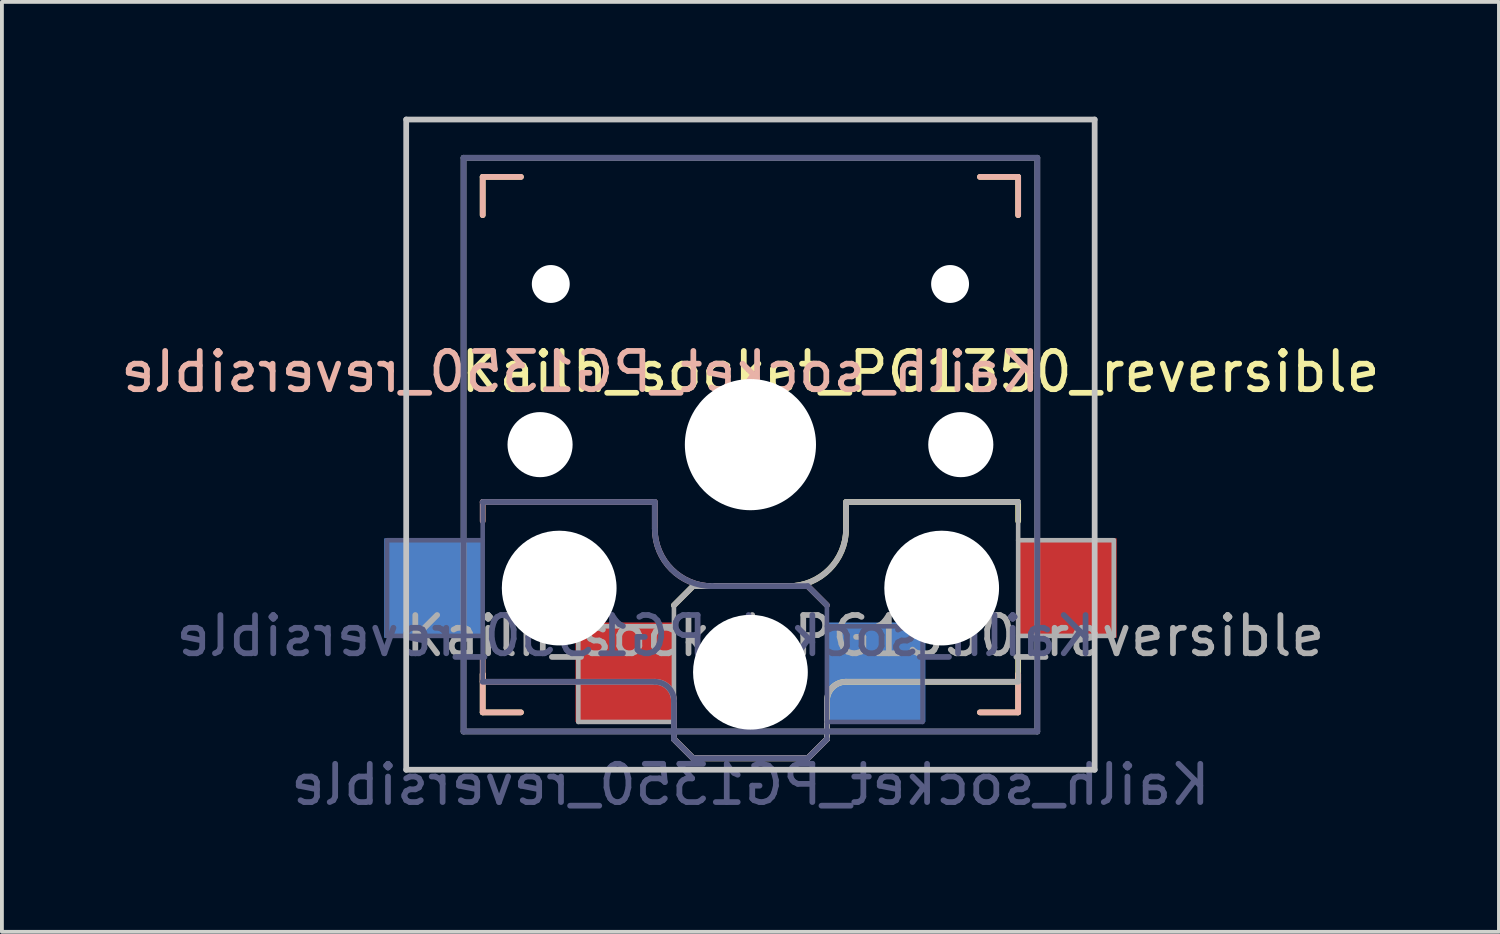
<source format=kicad_pcb>
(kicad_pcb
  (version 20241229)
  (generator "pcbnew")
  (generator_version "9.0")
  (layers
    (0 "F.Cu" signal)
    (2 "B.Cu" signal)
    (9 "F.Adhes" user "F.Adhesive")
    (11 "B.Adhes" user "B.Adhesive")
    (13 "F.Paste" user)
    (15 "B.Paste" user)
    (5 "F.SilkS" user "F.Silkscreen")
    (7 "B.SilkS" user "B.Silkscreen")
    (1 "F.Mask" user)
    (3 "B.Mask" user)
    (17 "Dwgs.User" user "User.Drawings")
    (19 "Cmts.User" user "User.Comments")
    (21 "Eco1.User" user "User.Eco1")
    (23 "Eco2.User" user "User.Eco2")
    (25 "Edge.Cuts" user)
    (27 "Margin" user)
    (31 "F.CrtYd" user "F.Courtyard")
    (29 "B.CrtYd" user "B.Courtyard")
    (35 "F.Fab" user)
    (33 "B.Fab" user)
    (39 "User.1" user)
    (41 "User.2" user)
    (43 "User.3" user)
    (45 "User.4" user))
  (footprint "Kailh_socket_PG1350_reversible"
    (layer "F.Cu")
    (at 16.57 8.575)
    (property "Reference" "Kailh_socket_PG1350_reversible" (at 4.445 -1.905 0) (layer "F.SilkS") (effects (font (size 1 1) (thickness 0.15))))
    (property "Value" "Kailh_socket_PG1350_reversible" (at 0 8.89 0) (layer "F.Fab") (hide yes) (effects (font (size 1 1) (thickness 0.15))))
    (attr smd)
    (fp_line (start -7 -7) (end -6 -7) (stroke (width 0.15) (type solid)) (layer "F.SilkS"))
    (fp_line (start -7 -6) (end -7 -7) (stroke (width 0.15) (type solid)) (layer "F.SilkS"))
    (fp_line (start -7 7) (end -7 6) (stroke (width 0.15) (type solid)) (layer "F.SilkS"))
    (fp_line (start -6 7) (end -7 7) (stroke (width 0.15) (type solid)) (layer "F.SilkS"))
    (fp_line (start -2 4.2) (end -1.5 3.7) (stroke (width 0.15) (type solid)) (layer "F.SilkS"))
    (fp_line (start -2 7.7) (end -1.5 8.2) (stroke (width 0.15) (type solid)) (layer "F.SilkS"))
    (fp_line (start -1.5 3.7) (end 1 3.7) (stroke (width 0.15) (type solid)) (layer "F.SilkS"))
    (fp_line (start -1.5 8.2) (end 1.5 8.2) (stroke (width 0.15) (type solid)) (layer "F.SilkS"))
    (fp_line (start 1.5 8.2) (end 2 7.7) (stroke (width 0.15) (type solid)) (layer "F.SilkS"))
    (fp_line (start 2 6.7) (end 2 7.7) (stroke (width 0.15) (type solid)) (layer "F.SilkS"))
    (fp_line (start 2.5 1.5) (end 7 1.5) (stroke (width 0.15) (type solid)) (layer "F.SilkS"))
    (fp_line (start 2.5 2.2) (end 2.5 1.5) (stroke (width 0.15) (type solid)) (layer "F.SilkS"))
    (fp_line (start 6 -7) (end 7 -7) (stroke (width 0.15) (type solid)) (layer "F.SilkS"))
    (fp_line (start 7 -7) (end 7 -6) (stroke (width 0.15) (type solid)) (layer "F.SilkS"))
    (fp_line (start 7 1.5) (end 7 2) (stroke (width 0.15) (type solid)) (layer "F.SilkS"))
    (fp_line (start 7 5.6) (end 7 6.2) (stroke (width 0.15) (type solid)) (layer "F.SilkS"))
    (fp_line (start 7 6) (end 7 7) (stroke (width 0.15) (type solid)) (layer "F.SilkS"))
    (fp_line (start 7 6.2) (end 2.5 6.2) (stroke (width 0.15) (type solid)) (layer "F.SilkS"))
    (fp_line (start 7 7) (end 6 7) (stroke (width 0.15) (type solid)) (layer "F.SilkS"))
    (fp_arc (start 2 6.7) (mid 2.146447 6.346447) (end 2.5 6.2) (stroke (width 0.15) (type solid)) (layer "F.SilkS"))
    (fp_arc (start 2.5 2.2) (mid 2.06066 3.26066) (end 1 3.7) (stroke (width 0.15) (type solid)) (layer "F.SilkS"))
    (fp_line (start -7 -7) (end -6 -7) (stroke (width 0.15) (type solid)) (layer "B.SilkS"))
    (fp_line (start -7 -6) (end -7 -7) (stroke (width 0.15) (type solid)) (layer "B.SilkS"))
    (fp_line (start -7 1.5) (end -7 2) (stroke (width 0.15) (type solid)) (layer "B.SilkS"))
    (fp_line (start -7 5.6) (end -7 6.2) (stroke (width 0.15) (type solid)) (layer "B.SilkS"))
    (fp_line (start -7 6.2) (end -2.5 6.2) (stroke (width 0.15) (type solid)) (layer "B.SilkS"))
    (fp_line (start -7 7) (end -7 6) (stroke (width 0.15) (type solid)) (layer "B.SilkS"))
    (fp_line (start -6 7) (end -7 7) (stroke (width 0.15) (type solid)) (layer "B.SilkS"))
    (fp_line (start -2.5 1.5) (end -7 1.5) (stroke (width 0.15) (type solid)) (layer "B.SilkS"))
    (fp_line (start -2.5 2.2) (end -2.5 1.5) (stroke (width 0.15) (type solid)) (layer "B.SilkS"))
    (fp_line (start -2 6.7) (end -2 7.7) (stroke (width 0.15) (type solid)) (layer "B.SilkS"))
    (fp_line (start -1.5 8.2) (end -2 7.7) (stroke (width 0.15) (type solid)) (layer "B.SilkS"))
    (fp_line (start 1.5 3.7) (end -1 3.7) (stroke (width 0.15) (type solid)) (layer "B.SilkS"))
    (fp_line (start 1.5 8.2) (end -1.5 8.2) (stroke (width 0.15) (type solid)) (layer "B.SilkS"))
    (fp_line (start 2 4.2) (end 1.5 3.7) (stroke (width 0.15) (type solid)) (layer "B.SilkS"))
    (fp_line (start 2 7.7) (end 1.5 8.2) (stroke (width 0.15) (type solid)) (layer "B.SilkS"))
    (fp_line (start 6 -7) (end 7 -7) (stroke (width 0.15) (type solid)) (layer "B.SilkS"))
    (fp_line (start 7 -7) (end 7 -6) (stroke (width 0.15) (type solid)) (layer "B.SilkS"))
    (fp_line (start 7 6) (end 7 7) (stroke (width 0.15) (type solid)) (layer "B.SilkS"))
    (fp_line (start 7 7) (end 6 7) (stroke (width 0.15) (type solid)) (layer "B.SilkS"))
    (fp_arc (start -2.5 6.2) (mid -2.146447 6.346447) (end -2 6.7) (stroke (width 0.15) (type solid)) (layer "B.SilkS"))
    (fp_arc (start -1 3.7) (mid -2.06066 3.26066) (end -2.5 2.2) (stroke (width 0.15) (type solid)) (layer "B.SilkS"))
    (fp_line (start -9 -8.5) (end 9 -8.5) (stroke (width 0.15) (type solid)) (layer "Dwgs.User"))
    (fp_line (start -9 8.5) (end -9 -8.5) (stroke (width 0.15) (type solid)) (layer "Dwgs.User"))
    (fp_line (start 9 -8.5) (end 9 8.5) (stroke (width 0.15) (type solid)) (layer "Dwgs.User"))
    (fp_line (start 9 8.5) (end -9 8.5) (stroke (width 0.15) (type solid)) (layer "Dwgs.User"))
    (fp_line (start -6.9 6.9) (end -6.9 -6.9) (stroke (width 0.15) (type solid)) (layer "Eco2.User"))
    (fp_line (start -6.9 6.9) (end 6.9 6.9) (stroke (width 0.15) (type solid)) (layer "Eco2.User"))
    (fp_line (start -2.6 -3.1) (end -2.6 -6.3) (stroke (width 0.15) (type solid)) (layer "Eco2.User"))
    (fp_line (start -2.6 -3.1) (end 2.6 -3.1) (stroke (width 0.15) (type solid)) (layer "Eco2.User"))
    (fp_line (start 2.6 -6.3) (end -2.6 -6.3) (stroke (width 0.15) (type solid)) (layer "Eco2.User"))
    (fp_line (start 2.6 -3.1) (end 2.6 -6.3) (stroke (width 0.15) (type solid)) (layer "Eco2.User"))
    (fp_line (start 6.9 -6.9) (end -6.9 -6.9) (stroke (width 0.15) (type solid)) (layer "Eco2.User"))
    (fp_line (start 6.9 -6.9) (end 6.9 6.9) (stroke (width 0.15) (type solid)) (layer "Eco2.User"))
    (fp_line (start -9.5 2.5) (end -7 2.5) (stroke (width 0.12) (type solid)) (layer "B.Fab"))
    (fp_line (start -9.5 5) (end -9.5 2.5) (stroke (width 0.12) (type solid)) (layer "B.Fab"))
    (fp_line (start -7.5 -7.5) (end 7.5 -7.5) (stroke (width 0.15) (type solid)) (layer "B.Fab"))
    (fp_line (start -7.5 7.5) (end -7.5 -7.5) (stroke (width 0.15) (type solid)) (layer "B.Fab"))
    (fp_line (start -7 1.5) (end -7 6.2) (stroke (width 0.12) (type solid)) (layer "B.Fab"))
    (fp_line (start -7 5) (end -9.5 5) (stroke (width 0.12) (type solid)) (layer "B.Fab"))
    (fp_line (start -7 6.2) (end -2.5 6.2) (stroke (width 0.15) (type solid)) (layer "B.Fab"))
    (fp_line (start -2.5 1.5) (end -7 1.5) (stroke (width 0.15) (type solid)) (layer "B.Fab"))
    (fp_line (start -2.5 2.2) (end -2.5 1.5) (stroke (width 0.15) (type solid)) (layer "B.Fab"))
    (fp_line (start -2 6.7) (end -2 7.7) (stroke (width 0.15) (type solid)) (layer "B.Fab"))
    (fp_line (start -1.5 8.2) (end -2 7.7) (stroke (width 0.15) (type solid)) (layer "B.Fab"))
    (fp_line (start 1.5 3.7) (end -1 3.7) (stroke (width 0.15) (type solid)) (layer "B.Fab"))
    (fp_line (start 1.5 8.2) (end -1.5 8.2) (stroke (width 0.15) (type solid)) (layer "B.Fab"))
    (fp_line (start 2 4.2) (end 1.5 3.7) (stroke (width 0.15) (type solid)) (layer "B.Fab"))
    (fp_line (start 2 4.25) (end 2 7.7) (stroke (width 0.12) (type solid)) (layer "B.Fab"))
    (fp_line (start 2 4.75) (end 4.5 4.75) (stroke (width 0.12) (type solid)) (layer "B.Fab"))
    (fp_line (start 2 7.7) (end 1.5 8.2) (stroke (width 0.15) (type solid)) (layer "B.Fab"))
    (fp_line (start 4.5 4.75) (end 4.5 7.25) (stroke (width 0.12) (type solid)) (layer "B.Fab"))
    (fp_line (start 4.5 7.25) (end 2 7.25) (stroke (width 0.12) (type solid)) (layer "B.Fab"))
    (fp_line (start 7.5 -7.5) (end 7.5 7.5) (stroke (width 0.15) (type solid)) (layer "B.Fab"))
    (fp_line (start 7.5 7.5) (end -7.5 7.5) (stroke (width 0.15) (type solid)) (layer "B.Fab"))
    (fp_arc (start -2.5 6.2) (mid -2.146447 6.346447) (end -2 6.7) (stroke (width 0.15) (type solid)) (layer "B.Fab"))
    (fp_arc (start -1 3.7) (mid -2.06066 3.26066) (end -2.5 2.2) (stroke (width 0.15) (type solid)) (layer "B.Fab"))
    (fp_line (start -7.5 -7.5) (end 7.5 -7.5) (stroke (width 0.15) (type solid)) (layer "F.Fab"))
    (fp_line (start -7.5 7.5) (end -7.5 -7.5) (stroke (width 0.15) (type solid)) (layer "F.Fab"))
    (fp_line (start -4.5 4.75) (end -4.5 7.25) (stroke (width 0.12) (type solid)) (layer "F.Fab"))
    (fp_line (start -4.5 7.25) (end -2 7.25) (stroke (width 0.12) (type solid)) (layer "F.Fab"))
    (fp_line (start -2 4.2) (end -1.5 3.7) (stroke (width 0.15) (type solid)) (layer "F.Fab"))
    (fp_line (start -2 4.25) (end -2 7.7) (stroke (width 0.12) (type solid)) (layer "F.Fab"))
    (fp_line (start -2 4.75) (end -4.5 4.75) (stroke (width 0.12) (type solid)) (layer "F.Fab"))
    (fp_line (start -2 7.7) (end -1.5 8.2) (stroke (width 0.15) (type solid)) (layer "F.Fab"))
    (fp_line (start -1.5 3.7) (end 1 3.7) (stroke (width 0.15) (type solid)) (layer "F.Fab"))
    (fp_line (start -1.5 8.2) (end 1.5 8.2) (stroke (width 0.15) (type solid)) (layer "F.Fab"))
    (fp_line (start 1.5 8.2) (end 2 7.7) (stroke (width 0.15) (type solid)) (layer "F.Fab"))
    (fp_line (start 2 6.7) (end 2 7.7) (stroke (width 0.15) (type solid)) (layer "F.Fab"))
    (fp_line (start 2.5 1.5) (end 7 1.5) (stroke (width 0.15) (type solid)) (layer "F.Fab"))
    (fp_line (start 2.5 2.2) (end 2.5 1.5) (stroke (width 0.15) (type solid)) (layer "F.Fab"))
    (fp_line (start 7 1.5) (end 7 6.2) (stroke (width 0.12) (type solid)) (layer "F.Fab"))
    (fp_line (start 7 5) (end 9.5 5) (stroke (width 0.12) (type solid)) (layer "F.Fab"))
    (fp_line (start 7 6.2) (end 2.5 6.2) (stroke (width 0.15) (type solid)) (layer "F.Fab"))
    (fp_line (start 7.5 -7.5) (end 7.5 7.5) (stroke (width 0.15) (type solid)) (layer "F.Fab"))
    (fp_line (start 7.5 7.5) (end -7.5 7.5) (stroke (width 0.15) (type solid)) (layer "F.Fab"))
    (fp_line (start 9.5 2.5) (end 7 2.5) (stroke (width 0.12) (type solid)) (layer "F.Fab"))
    (fp_line (start 9.5 5) (end 9.5 2.5) (stroke (width 0.12) (type solid)) (layer "F.Fab"))
    (fp_arc (start 2 6.7) (mid 2.146447 6.346447) (end 2.5 6.2) (stroke (width 0.15) (type solid)) (layer "F.Fab"))
    (fp_arc (start 2.5 2.2) (mid 2.06066 3.26066) (end 1 3.7) (stroke (width 0.15) (type solid)) (layer "F.Fab"))
    (fp_text user "${REFERENCE}" (at -4.445 -1.905 0) (layer "B.SilkS") (effects (font (size 1 1) (thickness 0.15)) (justify mirror)))
    (fp_text user "${REFERENCE}" (at -3 5 0) (layer "B.Fab") (effects (font (size 1 1) (thickness 0.15)) (justify mirror)))
    (fp_text user "${VALUE}" (at 0 8.89 0) (layer "B.Fab") (effects (font (size 1 1) (thickness 0.15)) (justify mirror)))
    (fp_text user "${REFERENCE}" (at 3 5 180) (layer "F.Fab") (effects (font (size 1 1) (thickness 0.15))))
    (pad "" np_thru_hole circle (at -5.5 0) (size 1.702 1.702) (drill 1.702) (layers "*.Cu" "*.Mask"))
    (pad "" np_thru_hole circle (at -5.22 -4.2) (size 0.991 0.991) (drill 0.991) (layers "*.Cu" "*.Mask"))
    (pad "" np_thru_hole circle (at -5 3.75) (size 3 3) (drill 3) (layers "*.Cu" "*.Mask"))
    (pad "" np_thru_hole circle (at 0 0) (size 3.429 3.429) (drill 3.429) (layers "*.Cu" "*.Mask"))
    (pad "" np_thru_hole circle (at 0 5.95) (size 3 3) (drill 3) (layers "*.Cu" "*.Mask"))
    (pad "" np_thru_hole circle (at 5 3.75) (size 3 3) (drill 3) (layers "*.Cu" "*.Mask"))
    (pad "" np_thru_hole circle (at 5.22 -4.2) (size 0.991 0.991) (drill 0.991) (layers "*.Cu" "*.Mask"))
    (pad "" np_thru_hole circle (at 5.5 0) (size 1.702 1.702) (drill 1.702) (layers "*.Cu" "*.Mask"))
    (pad "1" smd rect (at -3.275 5.95) (size 2.6 2.6) (layers "F.Cu" "F.Mask" "F.Paste"))
    (pad "1" smd rect (at 3.275 5.95) (size 2.6 2.6) (layers "B.Cu" "B.Mask" "B.Paste"))
    (pad "2" smd rect (at -8.275 3.75) (size 2.6 2.6) (layers "B.Cu" "B.Mask" "B.Paste"))
    (pad "2" smd rect (at 8.275 3.75) (size 2.6 2.6) (layers "F.Cu" "F.Mask" "F.Paste")))
  (gr_rect
    (start -3 -3)
    (end 36.14 21.313)
    (stroke (width 0.1) (type default))
    (fill no)
    (layer "Edge.Cuts")))
</source>
